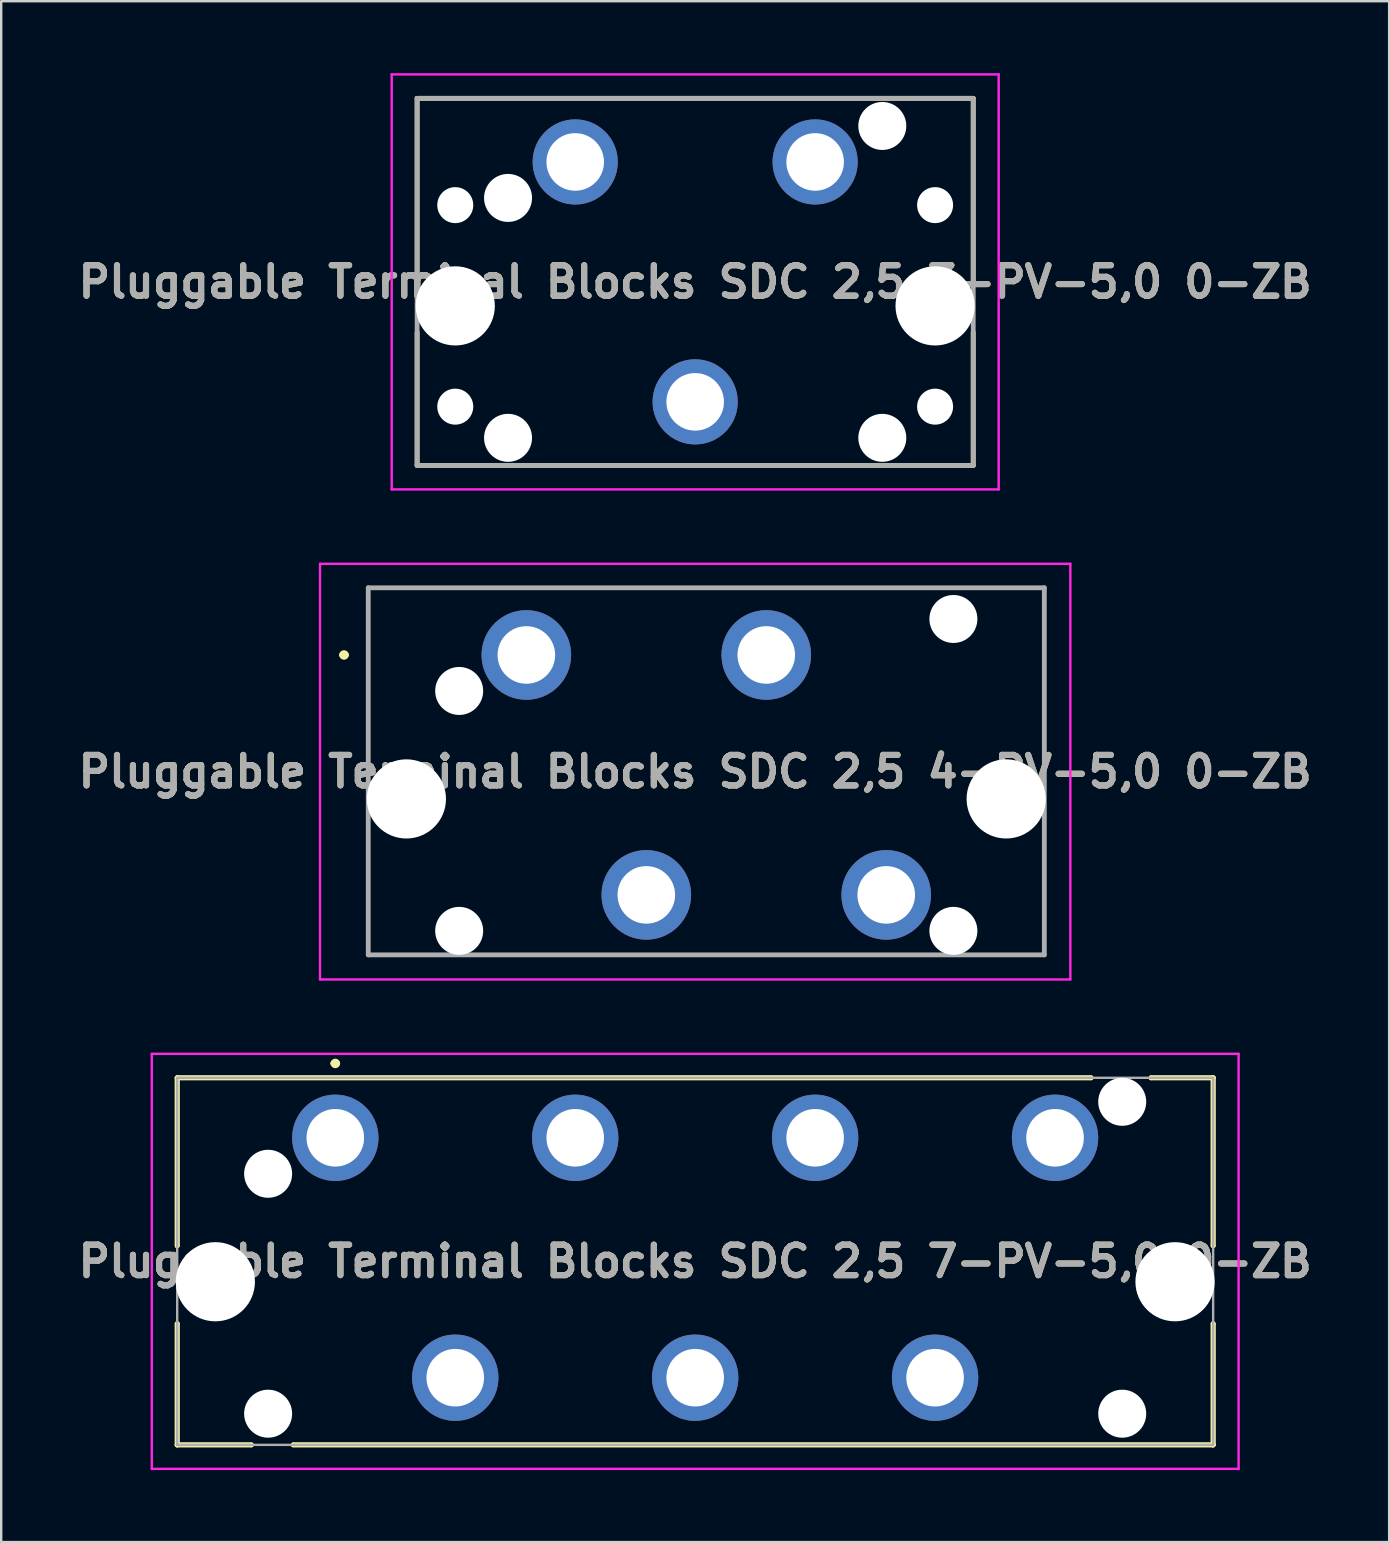
<source format=kicad_pcb>
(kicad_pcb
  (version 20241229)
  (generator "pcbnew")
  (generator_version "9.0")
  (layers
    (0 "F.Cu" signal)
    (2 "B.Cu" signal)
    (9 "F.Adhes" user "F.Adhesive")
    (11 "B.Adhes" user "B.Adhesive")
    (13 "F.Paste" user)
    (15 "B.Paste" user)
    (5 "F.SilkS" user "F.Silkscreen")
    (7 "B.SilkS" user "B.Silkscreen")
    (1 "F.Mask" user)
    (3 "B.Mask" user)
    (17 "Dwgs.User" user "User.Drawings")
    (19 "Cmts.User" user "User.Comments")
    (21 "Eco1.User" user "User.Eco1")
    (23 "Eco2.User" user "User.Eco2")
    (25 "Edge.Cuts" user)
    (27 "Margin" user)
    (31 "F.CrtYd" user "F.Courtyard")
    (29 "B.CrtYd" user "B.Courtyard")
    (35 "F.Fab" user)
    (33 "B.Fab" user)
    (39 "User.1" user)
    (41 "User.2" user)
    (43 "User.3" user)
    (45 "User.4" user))
  (footprint "Pluggable Terminal Blocks SDC 2,5 7-PV-5,0 0-ZB"
    (layer "F.Cu")
    (at 10.926 44.375)
    (property "Reference" "Pluggable Terminal Blocks SDC 2,5 7-PV-5,0 0-ZB" (at 15 5.15 0) (layer "F.SilkS") (effects (font (size 1.27 1.27) (thickness 0.254))))
    (attr through_hole)
    (fp_line (start -6.59 -2.5) (end -6.59 -2.5) (stroke (width 0.2) (type solid)) (layer "F.SilkS"))
    (fp_line (start -6.59 -2.5) (end -6.59 -2.5) (stroke (width 0.2) (type solid)) (layer "F.SilkS"))
    (fp_line (start -6.59 -2.5) (end -6.59 4.5) (stroke (width 0.2) (type solid)) (layer "F.SilkS"))
    (fp_line (start -6.59 -2.5) (end 31.5 -2.5) (stroke (width 0.2) (type solid)) (layer "F.SilkS"))
    (fp_line (start -6.59 4.5) (end -6.59 -2.5) (stroke (width 0.2) (type solid)) (layer "F.SilkS"))
    (fp_line (start -6.59 4.5) (end -6.59 4.5) (stroke (width 0.2) (type solid)) (layer "F.SilkS"))
    (fp_line (start -6.59 7.75) (end -6.59 7.75) (stroke (width 0.2) (type solid)) (layer "F.SilkS"))
    (fp_line (start -6.59 7.75) (end -6.59 12.8) (stroke (width 0.2) (type solid)) (layer "F.SilkS"))
    (fp_line (start -6.59 12.8) (end -6.59 7.75) (stroke (width 0.2) (type solid)) (layer "F.SilkS"))
    (fp_line (start -6.59 12.8) (end -6.59 12.8) (stroke (width 0.2) (type solid)) (layer "F.SilkS"))
    (fp_line (start -6.59 12.8) (end -6.59 12.8) (stroke (width 0.2) (type solid)) (layer "F.SilkS"))
    (fp_line (start -6.59 12.8) (end -3.5 12.8) (stroke (width 0.2) (type solid)) (layer "F.SilkS"))
    (fp_line (start -3.5 12.8) (end -6.59 12.8) (stroke (width 0.2) (type solid)) (layer "F.SilkS"))
    (fp_line (start -3.5 12.8) (end -3.5 12.8) (stroke (width 0.2) (type solid)) (layer "F.SilkS"))
    (fp_line (start -1.75 12.8) (end -1.75 12.8) (stroke (width 0.2) (type solid)) (layer "F.SilkS"))
    (fp_line (start -1.75 12.8) (end 36.59 12.8) (stroke (width 0.2) (type solid)) (layer "F.SilkS"))
    (fp_line (start -0.1 -3.1) (end -0.1 -3.1) (stroke (width 0.2) (type solid)) (layer "F.SilkS"))
    (fp_line (start 0.1 -3.1) (end 0.1 -3.1) (stroke (width 0.2) (type solid)) (layer "F.SilkS"))
    (fp_line (start 31.5 -2.5) (end -6.59 -2.5) (stroke (width 0.2) (type solid)) (layer "F.SilkS"))
    (fp_line (start 31.5 -2.5) (end 31.5 -2.5) (stroke (width 0.2) (type solid)) (layer "F.SilkS"))
    (fp_line (start 34 -2.5) (end 34 -2.5) (stroke (width 0.2) (type solid)) (layer "F.SilkS"))
    (fp_line (start 34 -2.5) (end 36.59 -2.5) (stroke (width 0.2) (type solid)) (layer "F.SilkS"))
    (fp_line (start 36.59 -2.5) (end 34 -2.5) (stroke (width 0.2) (type solid)) (layer "F.SilkS"))
    (fp_line (start 36.59 -2.5) (end 36.59 -2.5) (stroke (width 0.2) (type solid)) (layer "F.SilkS"))
    (fp_line (start 36.59 -2.5) (end 36.59 -2.5) (stroke (width 0.2) (type solid)) (layer "F.SilkS"))
    (fp_line (start 36.59 -2.5) (end 36.59 4.5) (stroke (width 0.2) (type solid)) (layer "F.SilkS"))
    (fp_line (start 36.59 4.5) (end 36.59 -2.5) (stroke (width 0.2) (type solid)) (layer "F.SilkS"))
    (fp_line (start 36.59 4.5) (end 36.59 4.5) (stroke (width 0.2) (type solid)) (layer "F.SilkS"))
    (fp_line (start 36.59 7.75) (end 36.59 7.75) (stroke (width 0.2) (type solid)) (layer "F.SilkS"))
    (fp_line (start 36.59 7.75) (end 36.59 12.8) (stroke (width 0.2) (type solid)) (layer "F.SilkS"))
    (fp_line (start 36.59 12.8) (end -1.75 12.8) (stroke (width 0.2) (type solid)) (layer "F.SilkS"))
    (fp_line (start 36.59 12.8) (end 36.59 7.75) (stroke (width 0.2) (type solid)) (layer "F.SilkS"))
    (fp_line (start 36.59 12.8) (end 36.59 12.8) (stroke (width 0.2) (type solid)) (layer "F.SilkS"))
    (fp_line (start 36.59 12.8) (end 36.59 12.8) (stroke (width 0.2) (type solid)) (layer "F.SilkS"))
    (fp_arc (start -0.1 -3.1) (mid 0 -3.2) (end 0.1 -3.1) (stroke (width 0.2) (type solid)) (layer "F.SilkS"))
    (fp_arc (start 0.1 -3.1) (mid 0 -3) (end -0.1 -3.1) (stroke (width 0.2) (type solid)) (layer "F.SilkS"))
    (fp_line (start -7.65 -3.5) (end 37.65 -3.5) (stroke (width 0.1) (type solid)) (layer "F.CrtYd"))
    (fp_line (start -7.65 13.8) (end -7.65 -3.5) (stroke (width 0.1) (type solid)) (layer "F.CrtYd"))
    (fp_line (start 37.65 -3.5) (end 37.65 13.8) (stroke (width 0.1) (type solid)) (layer "F.CrtYd"))
    (fp_line (start 37.65 13.8) (end -7.65 13.8) (stroke (width 0.1) (type solid)) (layer "F.CrtYd"))
    (fp_line (start -6.59 -2.5) (end -6.59 12.8) (stroke (width 0.1) (type solid)) (layer "F.Fab"))
    (fp_line (start -6.59 12.8) (end 36.59 12.8) (stroke (width 0.1) (type solid)) (layer "F.Fab"))
    (fp_line (start 36.59 -2.5) (end -6.59 -2.5) (stroke (width 0.1) (type solid)) (layer "F.Fab"))
    (fp_line (start 36.59 12.8) (end 36.59 -2.5) (stroke (width 0.1) (type solid)) (layer "F.Fab"))
    (fp_text user "${REFERENCE}" (at 15 5.15 0) (layer "F.Fab") (effects (font (size 1.27 1.27) (thickness 0.254))))
    (pad "" np_thru_hole circle (at -5 6) (size 3.3 3.3) (drill 3.3) (layers "*.Cu" "*.Mask"))
    (pad "" np_thru_hole circle (at -2.8 1.5) (size 2 2) (drill 2) (layers "*.Cu" "*.Mask"))
    (pad "" np_thru_hole circle (at -2.8 11.5) (size 2 2) (drill 2) (layers "*.Cu" "*.Mask"))
    (pad "" np_thru_hole circle (at 32.8 -1.5) (size 2 2) (drill 2) (layers "*.Cu" "*.Mask"))
    (pad "" np_thru_hole circle (at 32.8 11.5) (size 2 2) (drill 2) (layers "*.Cu" "*.Mask"))
    (pad "" np_thru_hole circle (at 35 6) (size 3.3 3.3) (drill 3.3) (layers "*.Cu" "*.Mask"))
    (pad "1" thru_hole circle (at 0 0) (size 3.6 3.6) (drill 2.4) (layers "*.Cu" "*.Mask"))
    (pad "2" thru_hole circle (at 5 10) (size 3.6 3.6) (drill 2.4) (layers "*.Cu" "*.Mask"))
    (pad "3" thru_hole circle (at 10 0) (size 3.6 3.6) (drill 2.4) (layers "*.Cu" "*.Mask"))
    (pad "4" thru_hole circle (at 15 10) (size 3.6 3.6) (drill 2.4) (layers "*.Cu" "*.Mask"))
    (pad "5" thru_hole circle (at 20 0) (size 3.6 3.6) (drill 2.4) (layers "*.Cu" "*.Mask"))
    (pad "6" thru_hole circle (at 25 10) (size 3.6 3.6) (drill 2.4) (layers "*.Cu" "*.Mask"))
    (pad "7" thru_hole circle (at 30 0) (size 3.6 3.6) (drill 2.4) (layers "*.Cu" "*.Mask")))
  (footprint "Pluggable Terminal Blocks SDC 2,5 3-PV-5,0 0-ZB"
    (layer "F.Cu")
    (at 20.926 3.7)
    (property "Reference" "Pluggable Terminal Blocks SDC 2,5 3-PV-5,0 0-ZB" (at 5 5 0) (layer "F.SilkS") (effects (font (size 1.27 1.27) (thickness 0.254))))
    (attr through_hole)
    (fp_line (start -6.59 -2.65) (end -6.59 5) (stroke (width 0.2) (type solid)) (layer "F.SilkS"))
    (fp_line (start -6.59 -2.65) (end 16.59 -2.65) (stroke (width 0.2) (type solid)) (layer "F.SilkS"))
    (fp_line (start -6.59 12.65) (end -6.59 7.1) (stroke (width 0.2) (type solid)) (layer "F.SilkS"))
    (fp_line (start -6.59 12.65) (end 16.59 12.65) (stroke (width 0.2) (type solid)) (layer "F.SilkS"))
    (fp_line (start 16.59 -2.65) (end 16.59 5) (stroke (width 0.2) (type solid)) (layer "F.SilkS"))
    (fp_line (start 16.59 12.65) (end 16.59 7.1) (stroke (width 0.2) (type solid)) (layer "F.SilkS"))
    (fp_line (start -7.65 -3.65) (end 17.65 -3.65) (stroke (width 0.1) (type solid)) (layer "F.CrtYd"))
    (fp_line (start -7.65 13.65) (end -7.65 -3.65) (stroke (width 0.1) (type solid)) (layer "F.CrtYd"))
    (fp_line (start 17.65 -3.65) (end 17.65 13.65) (stroke (width 0.1) (type solid)) (layer "F.CrtYd"))
    (fp_line (start 17.65 13.65) (end -7.65 13.65) (stroke (width 0.1) (type solid)) (layer "F.CrtYd"))
    (fp_line (start -6.59 -2.65) (end 16.59 -2.65) (stroke (width 0.2) (type solid)) (layer "F.Fab"))
    (fp_line (start -6.59 12.65) (end -6.59 -2.65) (stroke (width 0.2) (type solid)) (layer "F.Fab"))
    (fp_line (start 16.59 -2.65) (end 16.59 12.65) (stroke (width 0.2) (type solid)) (layer "F.Fab"))
    (fp_line (start 16.59 12.65) (end -6.59 12.65) (stroke (width 0.2) (type solid)) (layer "F.Fab"))
    (fp_text user "${REFERENCE}" (at 5 5 0) (layer "F.Fab") (effects (font (size 1.27 1.27) (thickness 0.254))))
    (pad "" np_thru_hole circle (at -5 1.8) (size 1.5 1.5) (drill 1.5) (layers "*.Cu" "*.Mask"))
    (pad "" np_thru_hole circle (at -5 6) (size 3.3 3.3) (drill 3.3) (layers "*.Cu" "*.Mask"))
    (pad "" np_thru_hole circle (at -5 10.2) (size 1.5 1.5) (drill 1.5) (layers "*.Cu" "*.Mask"))
    (pad "" np_thru_hole circle (at -2.8 1.5) (size 2 2) (drill 2) (layers "*.Cu" "*.Mask"))
    (pad "" np_thru_hole circle (at -2.8 11.5) (size 2 2) (drill 2) (layers "*.Cu" "*.Mask"))
    (pad "" np_thru_hole circle (at 12.8 -1.5) (size 2 2) (drill 2) (layers "*.Cu" "*.Mask"))
    (pad "" np_thru_hole circle (at 12.8 11.5) (size 2 2) (drill 2) (layers "*.Cu" "*.Mask"))
    (pad "" np_thru_hole circle (at 15 1.8) (size 1.5 1.5) (drill 1.5) (layers "*.Cu" "*.Mask"))
    (pad "" np_thru_hole circle (at 15 6) (size 3.3 3.3) (drill 3.3) (layers "*.Cu" "*.Mask"))
    (pad "" np_thru_hole circle (at 15 10.2) (size 1.5 1.5) (drill 1.5) (layers "*.Cu" "*.Mask"))
    (pad "1" thru_hole circle (at 0 0) (size 3.55 3.55) (drill 2.4) (layers "*.Cu" "*.Mask"))
    (pad "2" thru_hole circle (at 5 10) (size 3.55 3.55) (drill 2.4) (layers "*.Cu" "*.Mask"))
    (pad "3" thru_hole circle (at 10 0) (size 3.55 3.55) (drill 2.4) (layers "*.Cu" "*.Mask")))
  (footprint "Pluggable Terminal Blocks SDC 2,5 4-PV-5,0 0-ZB"
    (layer "F.Cu")
    (at 18.889 24.25)
    (property "Reference" "Pluggable Terminal Blocks SDC 2,5 4-PV-5,0 0-ZB" (at 7.037 4.862 0) (layer "F.SilkS") (effects (font (size 1.27 1.27) (thickness 0.254))))
    (attr through_hole)
    (fp_line (start -7.7 0) (end -7.7 0) (stroke (width 0.2) (type solid)) (layer "F.SilkS"))
    (fp_line (start -7.5 0) (end -7.5 0) (stroke (width 0.2) (type solid)) (layer "F.SilkS"))
    (fp_line (start -6.59 -2.8) (end 21.59 -2.8) (stroke (width 0.1) (type solid)) (layer "F.SilkS"))
    (fp_line (start -6.59 4.5) (end -6.59 -2.8) (stroke (width 0.1) (type solid)) (layer "F.SilkS"))
    (fp_line (start -6.59 7.5) (end -6.59 12.5) (stroke (width 0.1) (type solid)) (layer "F.SilkS"))
    (fp_line (start -6.59 12.5) (end -4 12.5) (stroke (width 0.1) (type solid)) (layer "F.SilkS"))
    (fp_line (start -1.5 12.5) (end 16 12.5) (stroke (width 0.1) (type solid)) (layer "F.SilkS"))
    (fp_line (start 19 12.5) (end 21.59 12.5) (stroke (width 0.1) (type solid)) (layer "F.SilkS"))
    (fp_line (start 21.59 -2.8) (end 21.59 4.5) (stroke (width 0.1) (type solid)) (layer "F.SilkS"))
    (fp_line (start 21.59 12.5) (end 21.59 8) (stroke (width 0.1) (type solid)) (layer "F.SilkS"))
    (fp_arc (start -7.7 0) (mid -7.6 -0.1) (end -7.5 0) (stroke (width 0.2) (type solid)) (layer "F.SilkS"))
    (fp_arc (start -7.5 0) (mid -7.6 0.1) (end -7.7 0) (stroke (width 0.2) (type solid)) (layer "F.SilkS"))
    (fp_line (start -8.6 -3.8) (end 22.675 -3.8) (stroke (width 0.1) (type solid)) (layer "F.CrtYd"))
    (fp_line (start -8.6 13.525) (end -8.6 -3.8) (stroke (width 0.1) (type solid)) (layer "F.CrtYd"))
    (fp_line (start 22.675 -3.8) (end 22.675 13.525) (stroke (width 0.1) (type solid)) (layer "F.CrtYd"))
    (fp_line (start 22.675 13.525) (end -8.6 13.525) (stroke (width 0.1) (type solid)) (layer "F.CrtYd"))
    (fp_line (start -6.59 -2.8) (end 21.59 -2.8) (stroke (width 0.2) (type solid)) (layer "F.Fab"))
    (fp_line (start -6.59 12.5) (end -6.59 -2.8) (stroke (width 0.2) (type solid)) (layer "F.Fab"))
    (fp_line (start 21.59 -2.8) (end 21.59 12.5) (stroke (width 0.2) (type solid)) (layer "F.Fab"))
    (fp_line (start 21.59 12.5) (end -6.59 12.5) (stroke (width 0.2) (type solid)) (layer "F.Fab"))
    (fp_text user "${REFERENCE}" (at 7.037 4.862 0) (layer "F.Fab") (effects (font (size 1.27 1.27) (thickness 0.254))))
    (pad "" np_thru_hole circle (at -5 6) (size 3.3 3.3) (drill 3.3) (layers "*.Cu" "*.Mask"))
    (pad "" np_thru_hole circle (at -2.8 1.5) (size 2 2) (drill 2) (layers "*.Cu" "*.Mask"))
    (pad "" np_thru_hole circle (at -2.8 11.5) (size 2 2) (drill 2) (layers "*.Cu" "*.Mask"))
    (pad "" np_thru_hole circle (at 17.8 -1.5) (size 2 2) (drill 2) (layers "*.Cu" "*.Mask"))
    (pad "" np_thru_hole circle (at 17.8 11.5) (size 2 2) (drill 2) (layers "*.Cu" "*.Mask"))
    (pad "" np_thru_hole circle (at 20 6) (size 3.3 3.3) (drill 3.3) (layers "*.Cu" "*.Mask"))
    (pad "1" thru_hole circle (at 0 0) (size 3.735 3.735) (drill 2.4) (layers "*.Cu" "*.Mask"))
    (pad "2" thru_hole circle (at 5 10) (size 3.735 3.735) (drill 2.4) (layers "*.Cu" "*.Mask"))
    (pad "3" thru_hole circle (at 10 0) (size 3.735 3.735) (drill 2.4) (layers "*.Cu" "*.Mask"))
    (pad "4" thru_hole circle (at 15 10) (size 3.735 3.735) (drill 2.4) (layers "*.Cu" "*.Mask")))
  (gr_rect
    (start -3 -3)
    (end 54.852 61.225)
    (stroke (width 0.1) (type default))
    (fill no)
    (layer "Edge.Cuts")))
</source>
